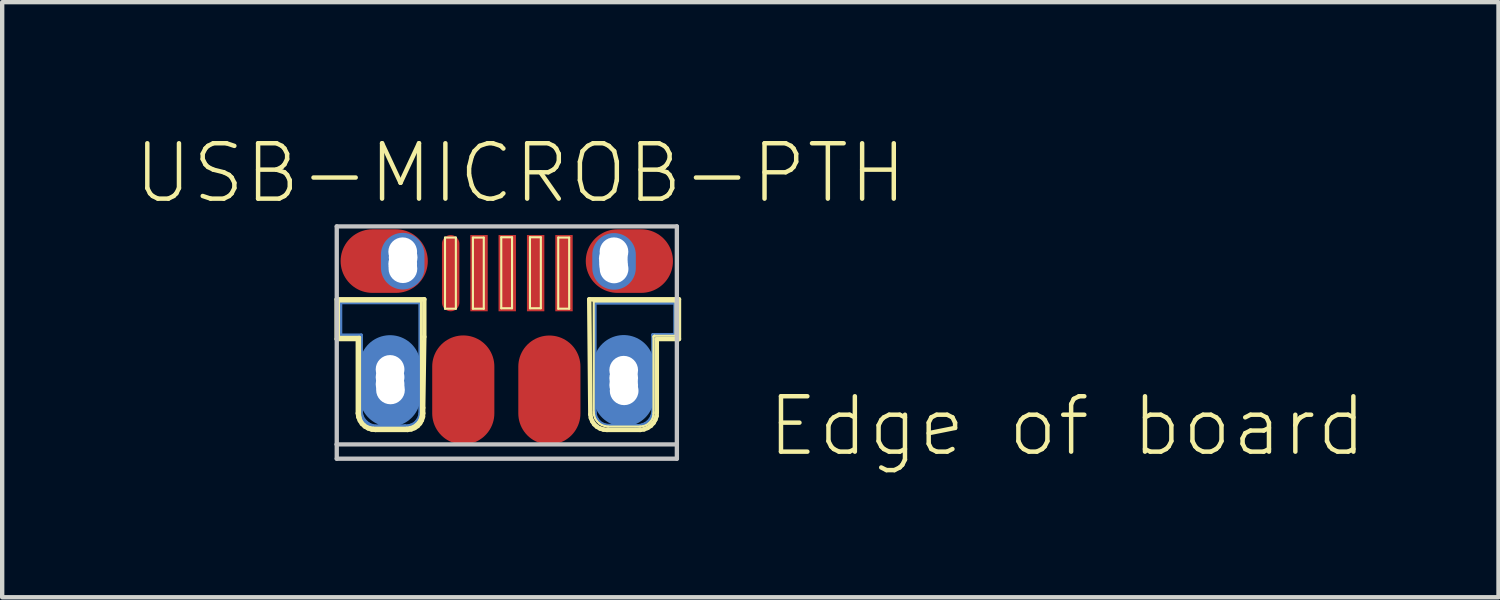
<source format=kicad_pcb>
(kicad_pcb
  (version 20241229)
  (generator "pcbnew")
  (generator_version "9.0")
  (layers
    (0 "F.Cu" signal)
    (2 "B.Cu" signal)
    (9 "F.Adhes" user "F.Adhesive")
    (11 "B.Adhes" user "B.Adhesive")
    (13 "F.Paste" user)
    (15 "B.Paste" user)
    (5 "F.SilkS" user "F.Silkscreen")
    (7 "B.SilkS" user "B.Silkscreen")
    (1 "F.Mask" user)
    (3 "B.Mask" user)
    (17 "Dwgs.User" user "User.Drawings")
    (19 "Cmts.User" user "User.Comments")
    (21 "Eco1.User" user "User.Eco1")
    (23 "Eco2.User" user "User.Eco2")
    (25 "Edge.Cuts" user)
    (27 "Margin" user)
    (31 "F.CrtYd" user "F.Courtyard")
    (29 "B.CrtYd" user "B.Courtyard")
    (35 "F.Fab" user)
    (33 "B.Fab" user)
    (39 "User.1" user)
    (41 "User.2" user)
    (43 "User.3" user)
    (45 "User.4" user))
  (footprint "USB-MICROB-PTH"
    (layer "F.Cu")
    (at 8.55 4.541)
    (property "Reference" "USB-MICROB-PTH" (at 0.335 -3.619 0) (layer "F.SilkS") (effects (font (size 1.27 1.27) (thickness 0.102))))
    (attr smd)
    (fp_line (start -3.792 -0.655) (end -3.792 0.094) (stroke (width 0.079) (type solid)) (layer "B.Cu"))
    (fp_line (start -3.792 0.094) (end -3.317 0.094) (stroke (width 0.079) (type solid)) (layer "B.Cu"))
    (fp_line (start -3.317 0.094) (end -3.317 1.882) (stroke (width 0.079) (type solid)) (layer "B.Cu"))
    (fp_line (start -3.317 1.882) (end -3.297 1.958) (stroke (width 0.079) (type solid)) (layer "B.Cu"))
    (fp_line (start -3.297 1.958) (end -3.259 2.029) (stroke (width 0.079) (type solid)) (layer "B.Cu"))
    (fp_line (start -3.259 2.029) (end -3.205 2.088) (stroke (width 0.079) (type solid)) (layer "B.Cu"))
    (fp_line (start -3.205 2.088) (end -3.142 2.136) (stroke (width 0.079) (type solid)) (layer "B.Cu"))
    (fp_line (start -3.142 2.136) (end -3.071 2.167) (stroke (width 0.079) (type solid)) (layer "B.Cu"))
    (fp_line (start -3.071 2.167) (end -2.992 2.182) (stroke (width 0.079) (type solid)) (layer "B.Cu"))
    (fp_line (start -2.992 2.182) (end -2.913 2.177) (stroke (width 0.079) (type solid)) (layer "B.Cu"))
    (fp_line (start -2.913 2.177) (end -2.311 2.177) (stroke (width 0.079) (type solid)) (layer "B.Cu"))
    (fp_line (start -2.311 2.177) (end -2.24 2.177) (stroke (width 0.079) (type solid)) (layer "B.Cu"))
    (fp_line (start -2.24 2.177) (end -2.172 2.159) (stroke (width 0.079) (type solid)) (layer "B.Cu"))
    (fp_line (start -2.172 2.159) (end -2.108 2.129) (stroke (width 0.079) (type solid)) (layer "B.Cu"))
    (fp_line (start -2.108 2.129) (end -2.055 2.083) (stroke (width 0.079) (type solid)) (layer "B.Cu"))
    (fp_line (start -2.055 2.083) (end -2.012 2.027) (stroke (width 0.079) (type solid)) (layer "B.Cu"))
    (fp_line (start -2.012 2.027) (end -1.981 1.963) (stroke (width 0.079) (type solid)) (layer "B.Cu"))
    (fp_line (start -1.981 1.963) (end -1.968 1.892) (stroke (width 0.079) (type solid)) (layer "B.Cu"))
    (fp_line (start -1.968 -0.655) (end -3.792 -0.655) (stroke (width 0.079) (type solid)) (layer "B.Cu"))
    (fp_line (start -1.968 1.892) (end -1.968 -0.655) (stroke (width 0.079) (type solid)) (layer "B.Cu"))
    (fp_line (start 2.04 -0.645) (end 3.876 -0.645) (stroke (width 0.079) (type solid)) (layer "B.Cu"))
    (fp_line (start 2.04 1.862) (end 2.04 -0.645) (stroke (width 0.079) (type solid)) (layer "B.Cu"))
    (fp_line (start 2.052 1.943) (end 2.04 1.862) (stroke (width 0.079) (type solid)) (layer "B.Cu"))
    (fp_line (start 2.088 2.019) (end 2.052 1.943) (stroke (width 0.079) (type solid)) (layer "B.Cu"))
    (fp_line (start 2.139 2.083) (end 2.088 2.019) (stroke (width 0.079) (type solid)) (layer "B.Cu"))
    (fp_line (start 2.207 2.131) (end 2.139 2.083) (stroke (width 0.079) (type solid)) (layer "B.Cu"))
    (fp_line (start 2.283 2.159) (end 2.207 2.131) (stroke (width 0.079) (type solid)) (layer "B.Cu"))
    (fp_line (start 2.365 2.167) (end 2.283 2.159) (stroke (width 0.079) (type solid)) (layer "B.Cu"))
    (fp_line (start 2.964 2.167) (end 2.365 2.167) (stroke (width 0.079) (type solid)) (layer "B.Cu"))
    (fp_line (start 3.045 2.172) (end 2.964 2.167) (stroke (width 0.079) (type solid)) (layer "B.Cu"))
    (fp_line (start 3.122 2.156) (end 3.045 2.172) (stroke (width 0.079) (type solid)) (layer "B.Cu"))
    (fp_line (start 3.195 2.126) (end 3.122 2.156) (stroke (width 0.079) (type solid)) (layer "B.Cu"))
    (fp_line (start 3.259 2.08) (end 3.195 2.126) (stroke (width 0.079) (type solid)) (layer "B.Cu"))
    (fp_line (start 3.312 2.019) (end 3.259 2.08) (stroke (width 0.079) (type solid)) (layer "B.Cu"))
    (fp_line (start 3.35 1.948) (end 3.312 2.019) (stroke (width 0.079) (type solid)) (layer "B.Cu"))
    (fp_line (start 3.371 0.084) (end 3.371 1.872) (stroke (width 0.079) (type solid)) (layer "B.Cu"))
    (fp_line (start 3.371 1.872) (end 3.35 1.948) (stroke (width 0.079) (type solid)) (layer "B.Cu"))
    (fp_line (start 3.876 -0.645) (end 3.876 0.084) (stroke (width 0.079) (type solid)) (layer "B.Cu"))
    (fp_line (start 3.876 0.084) (end 3.371 0.084) (stroke (width 0.079) (type solid)) (layer "B.Cu"))
    (fp_line (start -3.879 -0.729) (end -1.872 -0.729) (stroke (width 0.102) (type solid)) (layer "F.SilkS"))
    (fp_line (start -3.879 0.183) (end -3.879 -0.729) (stroke (width 0.102) (type solid)) (layer "F.SilkS"))
    (fp_line (start -3.828 -0.678) (end -1.948 -0.678) (stroke (width 0.048) (type solid)) (layer "F.SilkS"))
    (fp_line (start -3.828 0.132) (end -3.828 -0.678) (stroke (width 0.048) (type solid)) (layer "F.SilkS"))
    (fp_line (start -3.396 0.183) (end -3.879 0.183) (stroke (width 0.102) (type solid)) (layer "F.SilkS"))
    (fp_line (start -3.396 1.885) (end -3.396 0.183) (stroke (width 0.102) (type solid)) (layer "F.SilkS"))
    (fp_line (start -3.383 1.971) (end -3.396 1.885) (stroke (width 0.102) (type solid)) (layer "F.SilkS"))
    (fp_line (start -3.371 0.132) (end -3.828 0.132) (stroke (width 0.048) (type solid)) (layer "F.SilkS"))
    (fp_line (start -3.36 0.132) (end -3.371 0.132) (stroke (width 0.048) (type solid)) (layer "F.SilkS"))
    (fp_line (start -3.35 0.137) (end -3.36 0.132) (stroke (width 0.048) (type solid)) (layer "F.SilkS"))
    (fp_line (start -3.35 2.052) (end -3.383 1.971) (stroke (width 0.102) (type solid)) (layer "F.SilkS"))
    (fp_line (start -3.345 0.147) (end -3.35 0.137) (stroke (width 0.048) (type solid)) (layer "F.SilkS"))
    (fp_line (start -3.345 0.157) (end -3.345 0.147) (stroke (width 0.048) (type solid)) (layer "F.SilkS"))
    (fp_line (start -3.345 1.91) (end -3.345 0.157) (stroke (width 0.048) (type solid)) (layer "F.SilkS"))
    (fp_line (start -3.335 1.976) (end -3.345 1.91) (stroke (width 0.048) (type solid)) (layer "F.SilkS"))
    (fp_line (start -3.315 2.042) (end -3.335 1.976) (stroke (width 0.048) (type solid)) (layer "F.SilkS"))
    (fp_line (start -3.302 2.126) (end -3.35 2.052) (stroke (width 0.102) (type solid)) (layer "F.SilkS"))
    (fp_line (start -3.277 2.098) (end -3.315 2.042) (stroke (width 0.048) (type solid)) (layer "F.SilkS"))
    (fp_line (start -3.236 2.187) (end -3.302 2.126) (stroke (width 0.102) (type solid)) (layer "F.SilkS"))
    (fp_line (start -3.228 2.146) (end -3.277 2.098) (stroke (width 0.048) (type solid)) (layer "F.SilkS"))
    (fp_line (start -3.172 2.184) (end -3.228 2.146) (stroke (width 0.048) (type solid)) (layer "F.SilkS"))
    (fp_line (start -3.16 2.23) (end -3.236 2.187) (stroke (width 0.102) (type solid)) (layer "F.SilkS"))
    (fp_line (start -3.106 2.205) (end -3.172 2.184) (stroke (width 0.048) (type solid)) (layer "F.SilkS"))
    (fp_line (start -3.076 2.258) (end -3.16 2.23) (stroke (width 0.102) (type solid)) (layer "F.SilkS"))
    (fp_line (start -3.04 2.215) (end -3.106 2.205) (stroke (width 0.048) (type solid)) (layer "F.SilkS"))
    (fp_line (start -2.99 2.266) (end -3.076 2.258) (stroke (width 0.102) (type solid)) (layer "F.SilkS"))
    (fp_line (start -2.278 2.215) (end -3.04 2.215) (stroke (width 0.048) (type solid)) (layer "F.SilkS"))
    (fp_line (start -2.253 2.266) (end -2.99 2.266) (stroke (width 0.102) (type solid)) (layer "F.SilkS"))
    (fp_line (start -2.205 2.205) (end -2.278 2.215) (stroke (width 0.048) (type solid)) (layer "F.SilkS"))
    (fp_line (start -2.169 2.253) (end -2.253 2.266) (stroke (width 0.102) (type solid)) (layer "F.SilkS"))
    (fp_line (start -2.134 2.182) (end -2.205 2.205) (stroke (width 0.048) (type solid)) (layer "F.SilkS"))
    (fp_line (start -2.093 2.223) (end -2.169 2.253) (stroke (width 0.102) (type solid)) (layer "F.SilkS"))
    (fp_line (start -2.07 2.141) (end -2.134 2.182) (stroke (width 0.048) (type solid)) (layer "F.SilkS"))
    (fp_line (start -2.024 2.177) (end -2.093 2.223) (stroke (width 0.102) (type solid)) (layer "F.SilkS"))
    (fp_line (start -2.019 2.09) (end -2.07 2.141) (stroke (width 0.048) (type solid)) (layer "F.SilkS"))
    (fp_line (start -1.979 2.027) (end -2.019 2.09) (stroke (width 0.048) (type solid)) (layer "F.SilkS"))
    (fp_line (start -1.968 2.116) (end -2.024 2.177) (stroke (width 0.102) (type solid)) (layer "F.SilkS"))
    (fp_line (start -1.956 1.956) (end -1.979 2.027) (stroke (width 0.048) (type solid)) (layer "F.SilkS"))
    (fp_line (start -1.948 -0.678) (end -1.948 1.885) (stroke (width 0.048) (type solid)) (layer "F.SilkS"))
    (fp_line (start -1.948 1.885) (end -1.956 1.956) (stroke (width 0.048) (type solid)) (layer "F.SilkS"))
    (fp_line (start -1.928 2.045) (end -1.968 2.116) (stroke (width 0.102) (type solid)) (layer "F.SilkS"))
    (fp_line (start -1.902 1.966) (end -1.928 2.045) (stroke (width 0.102) (type solid)) (layer "F.SilkS"))
    (fp_line (start -1.897 1.758) (end -1.897 1.885) (stroke (width 0.102) (type solid)) (layer "F.SilkS"))
    (fp_line (start -1.897 1.885) (end -1.902 1.966) (stroke (width 0.102) (type solid)) (layer "F.SilkS"))
    (fp_line (start -1.872 -0.729) (end -1.872 0.132) (stroke (width 0.102) (type solid)) (layer "F.SilkS"))
    (fp_line (start -1.872 0.132) (end -1.897 1.758) (stroke (width 0.102) (type solid)) (layer "F.SilkS"))
    (fp_line (start -1.397 -2.144) (end -1.148 -2.144) (stroke (width 0.048) (type solid)) (layer "F.SilkS"))
    (fp_line (start -1.397 -0.513) (end -1.397 -2.144) (stroke (width 0.048) (type solid)) (layer "F.SilkS"))
    (fp_line (start -1.148 -2.144) (end -1.148 -0.513) (stroke (width 0.048) (type solid)) (layer "F.SilkS"))
    (fp_line (start -1.148 -0.513) (end -1.397 -0.513) (stroke (width 0.048) (type solid)) (layer "F.SilkS"))
    (fp_line (start -0.757 -2.144) (end -0.508 -2.144) (stroke (width 0.048) (type solid)) (layer "F.SilkS"))
    (fp_line (start -0.757 -0.513) (end -0.757 -2.144) (stroke (width 0.048) (type solid)) (layer "F.SilkS"))
    (fp_line (start -0.508 -2.144) (end -0.508 -0.513) (stroke (width 0.048) (type solid)) (layer "F.SilkS"))
    (fp_line (start -0.508 -0.513) (end -0.757 -0.513) (stroke (width 0.048) (type solid)) (layer "F.SilkS"))
    (fp_line (start -0.107 -2.151) (end 0.14 -2.151) (stroke (width 0.048) (type solid)) (layer "F.SilkS"))
    (fp_line (start -0.107 -0.523) (end -0.107 -2.151) (stroke (width 0.048) (type solid)) (layer "F.SilkS"))
    (fp_line (start 0.14 -2.151) (end 0.14 -0.523) (stroke (width 0.048) (type solid)) (layer "F.SilkS"))
    (fp_line (start 0.14 -0.523) (end -0.107 -0.523) (stroke (width 0.048) (type solid)) (layer "F.SilkS"))
    (fp_line (start 0.551 -2.151) (end 0.8 -2.151) (stroke (width 0.048) (type solid)) (layer "F.SilkS"))
    (fp_line (start 0.551 -0.523) (end 0.551 -2.151) (stroke (width 0.048) (type solid)) (layer "F.SilkS"))
    (fp_line (start 0.8 -2.151) (end 0.8 -0.523) (stroke (width 0.048) (type solid)) (layer "F.SilkS"))
    (fp_line (start 0.8 -0.523) (end 0.551 -0.523) (stroke (width 0.048) (type solid)) (layer "F.SilkS"))
    (fp_line (start 1.199 -2.144) (end 1.45 -2.144) (stroke (width 0.048) (type solid)) (layer "F.SilkS"))
    (fp_line (start 1.199 -0.513) (end 1.199 -2.144) (stroke (width 0.048) (type solid)) (layer "F.SilkS"))
    (fp_line (start 1.45 -2.144) (end 1.45 -0.513) (stroke (width 0.048) (type solid)) (layer "F.SilkS"))
    (fp_line (start 1.45 -0.513) (end 1.199 -0.513) (stroke (width 0.048) (type solid)) (layer "F.SilkS"))
    (fp_line (start 1.91 -0.729) (end 3.967 -0.729) (stroke (width 0.102) (type solid)) (layer "F.SilkS"))
    (fp_line (start 1.935 1.91) (end 1.91 -0.729) (stroke (width 0.102) (type solid)) (layer "F.SilkS"))
    (fp_line (start 1.948 1.991) (end 1.935 1.91) (stroke (width 0.102) (type solid)) (layer "F.SilkS"))
    (fp_line (start 1.979 2.068) (end 1.948 1.991) (stroke (width 0.102) (type solid)) (layer "F.SilkS"))
    (fp_line (start 2.012 -0.678) (end 2.012 1.859) (stroke (width 0.048) (type solid)) (layer "F.SilkS"))
    (fp_line (start 2.012 1.859) (end 2.022 1.93) (stroke (width 0.048) (type solid)) (layer "F.SilkS"))
    (fp_line (start 2.022 1.93) (end 2.045 2.002) (stroke (width 0.048) (type solid)) (layer "F.SilkS"))
    (fp_line (start 2.024 2.136) (end 1.979 2.068) (stroke (width 0.102) (type solid)) (layer "F.SilkS"))
    (fp_line (start 2.045 2.002) (end 2.085 2.065) (stroke (width 0.048) (type solid)) (layer "F.SilkS"))
    (fp_line (start 2.085 2.065) (end 2.136 2.116) (stroke (width 0.048) (type solid)) (layer "F.SilkS"))
    (fp_line (start 2.085 2.192) (end 2.024 2.136) (stroke (width 0.102) (type solid)) (layer "F.SilkS"))
    (fp_line (start 2.136 2.116) (end 2.2 2.156) (stroke (width 0.048) (type solid)) (layer "F.SilkS"))
    (fp_line (start 2.156 2.233) (end 2.085 2.192) (stroke (width 0.102) (type solid)) (layer "F.SilkS"))
    (fp_line (start 2.2 2.156) (end 2.271 2.179) (stroke (width 0.048) (type solid)) (layer "F.SilkS"))
    (fp_line (start 2.235 2.258) (end 2.156 2.233) (stroke (width 0.102) (type solid)) (layer "F.SilkS"))
    (fp_line (start 2.271 2.179) (end 2.342 2.189) (stroke (width 0.048) (type solid)) (layer "F.SilkS"))
    (fp_line (start 2.316 2.266) (end 2.235 2.258) (stroke (width 0.102) (type solid)) (layer "F.SilkS"))
    (fp_line (start 2.342 2.189) (end 3.078 2.189) (stroke (width 0.048) (type solid)) (layer "F.SilkS"))
    (fp_line (start 3.078 2.189) (end 3.147 2.179) (stroke (width 0.048) (type solid)) (layer "F.SilkS"))
    (fp_line (start 3.078 2.266) (end 2.316 2.266) (stroke (width 0.102) (type solid)) (layer "F.SilkS"))
    (fp_line (start 3.147 2.179) (end 3.213 2.159) (stroke (width 0.048) (type solid)) (layer "F.SilkS"))
    (fp_line (start 3.167 2.253) (end 3.078 2.266) (stroke (width 0.102) (type solid)) (layer "F.SilkS"))
    (fp_line (start 3.213 2.159) (end 3.269 2.121) (stroke (width 0.048) (type solid)) (layer "F.SilkS"))
    (fp_line (start 3.249 2.22) (end 3.167 2.253) (stroke (width 0.102) (type solid)) (layer "F.SilkS"))
    (fp_line (start 3.269 2.121) (end 3.317 2.073) (stroke (width 0.048) (type solid)) (layer "F.SilkS"))
    (fp_line (start 3.317 2.073) (end 3.355 2.017) (stroke (width 0.048) (type solid)) (layer "F.SilkS"))
    (fp_line (start 3.322 2.172) (end 3.249 2.22) (stroke (width 0.102) (type solid)) (layer "F.SilkS"))
    (fp_line (start 3.355 2.017) (end 3.376 1.951) (stroke (width 0.048) (type solid)) (layer "F.SilkS"))
    (fp_line (start 3.376 1.951) (end 3.383 1.885) (stroke (width 0.048) (type solid)) (layer "F.SilkS"))
    (fp_line (start 3.383 0.132) (end 3.386 0.122) (stroke (width 0.048) (type solid)) (layer "F.SilkS"))
    (fp_line (start 3.383 1.885) (end 3.383 0.132) (stroke (width 0.048) (type solid)) (layer "F.SilkS"))
    (fp_line (start 3.383 2.106) (end 3.322 2.172) (stroke (width 0.102) (type solid)) (layer "F.SilkS"))
    (fp_line (start 3.386 0.122) (end 3.391 0.112) (stroke (width 0.048) (type solid)) (layer "F.SilkS"))
    (fp_line (start 3.391 0.112) (end 3.401 0.107) (stroke (width 0.048) (type solid)) (layer "F.SilkS"))
    (fp_line (start 3.401 0.107) (end 3.409 0.107) (stroke (width 0.048) (type solid)) (layer "F.SilkS"))
    (fp_line (start 3.409 0.107) (end 3.891 0.107) (stroke (width 0.048) (type solid)) (layer "F.SilkS"))
    (fp_line (start 3.426 2.029) (end 3.383 2.106) (stroke (width 0.102) (type solid)) (layer "F.SilkS"))
    (fp_line (start 3.454 1.946) (end 3.426 2.029) (stroke (width 0.102) (type solid)) (layer "F.SilkS"))
    (fp_line (start 3.459 0.183) (end 3.459 1.859) (stroke (width 0.102) (type solid)) (layer "F.SilkS"))
    (fp_line (start 3.459 1.859) (end 3.454 1.946) (stroke (width 0.102) (type solid)) (layer "F.SilkS"))
    (fp_line (start 3.891 -0.678) (end 2.012 -0.678) (stroke (width 0.048) (type solid)) (layer "F.SilkS"))
    (fp_line (start 3.891 0.107) (end 3.891 -0.678) (stroke (width 0.048) (type solid)) (layer "F.SilkS"))
    (fp_line (start 3.967 -0.729) (end 3.967 0.183) (stroke (width 0.102) (type solid)) (layer "F.SilkS"))
    (fp_line (start 3.967 0.183) (end 3.459 0.183) (stroke (width 0.102) (type solid)) (layer "F.SilkS"))
    (fp_line (start -3.879 -2.4) (end 3.919 -2.4) (stroke (width 0.099) (type solid)) (layer "Dwgs.User"))
    (fp_line (start -3.879 2.598) (end -3.879 -2.4) (stroke (width 0.099) (type solid)) (layer "Dwgs.User"))
    (fp_line (start -3.879 2.598) (end 3.919 2.598) (stroke (width 0.099) (type solid)) (layer "Dwgs.User"))
    (fp_line (start -3.879 2.926) (end -3.879 2.598) (stroke (width 0.099) (type solid)) (layer "Dwgs.User"))
    (fp_line (start -3.879 2.926) (end 3.919 2.926) (stroke (width 0.099) (type solid)) (layer "Dwgs.User"))
    (fp_line (start 3.919 2.598) (end 3.919 -2.4) (stroke (width 0.099) (type solid)) (layer "Dwgs.User"))
    (fp_line (start 3.919 2.926) (end 3.919 2.598) (stroke (width 0.099) (type solid)) (layer "Dwgs.User"))
    (fp_text user "Edge of board" (at 12.868 2.182 0) (layer "F.SilkS") (effects (font (size 1.27 1.27) (thickness 0.102))))
    (pad "" np_thru_hole circle (at -2.657 0.879) (size 0.658 0.658) (drill 0.658) (layers "*.Cu" "*.Mask"))
    (pad "" np_thru_hole circle (at -2.657 1.057) (size 0.658 0.658) (drill 0.658) (layers "*.Cu" "*.Mask"))
    (pad "" np_thru_hole circle (at -2.657 1.217) (size 0.658 0.658) (drill 0.658) (layers "*.Cu" "*.Mask"))
    (pad "" np_thru_hole circle (at -2.647 1.349) (size 0.658 0.658) (drill 0.658) (layers "*.Cu" "*.Mask"))
    (pad "" np_thru_hole circle (at -2.367 -1.819) (size 0.658 0.658) (drill 0.658) (layers "*.Cu" "*.Mask"))
    (pad "" np_thru_hole circle (at -2.367 -1.539) (size 0.658 0.658) (drill 0.658) (layers "*.Cu" "*.Mask"))
    (pad "" np_thru_hole circle (at -2.362 -1.43) (size 0.658 0.658) (drill 0.658) (layers "*.Cu" "*.Mask"))
    (pad "" np_thru_hole circle (at -2.357 -1.689) (size 0.658 0.658) (drill 0.658) (layers "*.Cu" "*.Mask"))
    (pad "" np_thru_hole circle (at 2.461 -1.664) (size 0.658 0.658) (drill 0.658) (layers "*.Cu" "*.Mask"))
    (pad "" np_thru_hole circle (at 2.466 -1.534) (size 0.658 0.658) (drill 0.658) (layers "*.Cu" "*.Mask"))
    (pad "" np_thru_hole circle (at 2.477 -1.819) (size 0.658 0.658) (drill 0.658) (layers "*.Cu" "*.Mask"))
    (pad "" np_thru_hole circle (at 2.479 -1.425) (size 0.658 0.658) (drill 0.658) (layers "*.Cu" "*.Mask"))
    (pad "" np_thru_hole circle (at 2.7 0.897) (size 0.658 0.658) (drill 0.658) (layers "*.Cu" "*.Mask"))
    (pad "" np_thru_hole circle (at 2.7 1.077) (size 0.658 0.658) (drill 0.658) (layers "*.Cu" "*.Mask"))
    (pad "" np_thru_hole circle (at 2.7 1.237) (size 0.658 0.658) (drill 0.658) (layers "*.Cu" "*.Mask"))
    (pad "" np_thru_hole circle (at 2.71 1.369) (size 0.658 0.658) (drill 0.658) (layers "*.Cu" "*.Mask"))
    (pad "D+" smd rect (at 0.03 -1.328 90) (size 1.748 0.399) (layers "F.Cu" "F.Mask" "F.Paste"))
    (pad "D-" smd rect (at -0.617 -1.328 90) (size 1.748 0.399) (layers "F.Cu" "F.Mask" "F.Paste"))
    (pad "GND" smd rect (at 1.331 -1.328 90) (size 1.748 0.399) (layers "F.Cu" "F.Mask" "F.Paste"))
    (pad "ID" smd rect (at 0.681 -1.328 90) (size 1.748 0.399) (layers "F.Cu" "F.Mask" "F.Paste"))
    (pad "P$1" smd oval (at 2.7 1.14 90) (size 2.098 1.4) (layers "B.Cu" "B.Mask"))
    (pad "P$2" smd oval (at 2.487 -1.593 90) (size 1.298 0.998) (layers "F.Cu" "F.Mask" "F.Paste"))
    (pad "P$3" smd oval (at -2.657 1.143 90) (size 2.098 1.4) (layers "B.Cu" "B.Mask"))
    (pad "P$4" smd oval (at -2.367 -1.603 90) (size 1.298 0.998) (layers "B.Cu" "B.Mask"))
    (pad "P$6" smd oval (at -2.367 -1.603 90) (size 1.298 0.998) (layers "F.Cu" "F.Mask" "F.Paste"))
    (pad "P$8" smd oval (at 2.7 1.14 90) (size 1.499 1.1) (layers "F.Cu" "F.Mask" "F.Paste"))
    (pad "P$10" smd oval (at 2.479 -1.598 90) (size 1.298 0.998) (layers "B.Cu" "B.Mask"))
    (pad "P$12" smd oval (at -2.657 1.143 90) (size 1.499 1.1) (layers "F.Cu" "F.Mask" "F.Paste"))
    (pad "SHEI" smd oval (at 2.83 -1.605 90) (size 1.458 1.999) (layers "F.Cu" "F.Mask" "F.Paste"))
    (pad "SHIE" smd oval (at -2.791 -1.605 90) (size 1.458 1.999) (layers "F.Cu" "F.Mask" "F.Paste"))
    (pad "SHIE" smd oval (at -0.978 1.349 90) (size 2.499 1.425) (layers "F.Cu" "F.Mask" "F.Paste"))
    (pad "SHIE" smd oval (at 0.996 1.351 90) (size 2.499 1.425) (layers "F.Cu" "F.Mask" "F.Paste"))
    (pad "VBUS" smd oval (at -1.267 -1.328 90) (size 1.748 0.399) (layers "F.Cu" "F.Mask" "F.Paste")))
  (gr_rect
    (start -3 -3)
    (end 31.307 10.644)
    (stroke (width 0.1) (type default))
    (fill no)
    (layer "Edge.Cuts")))
</source>
